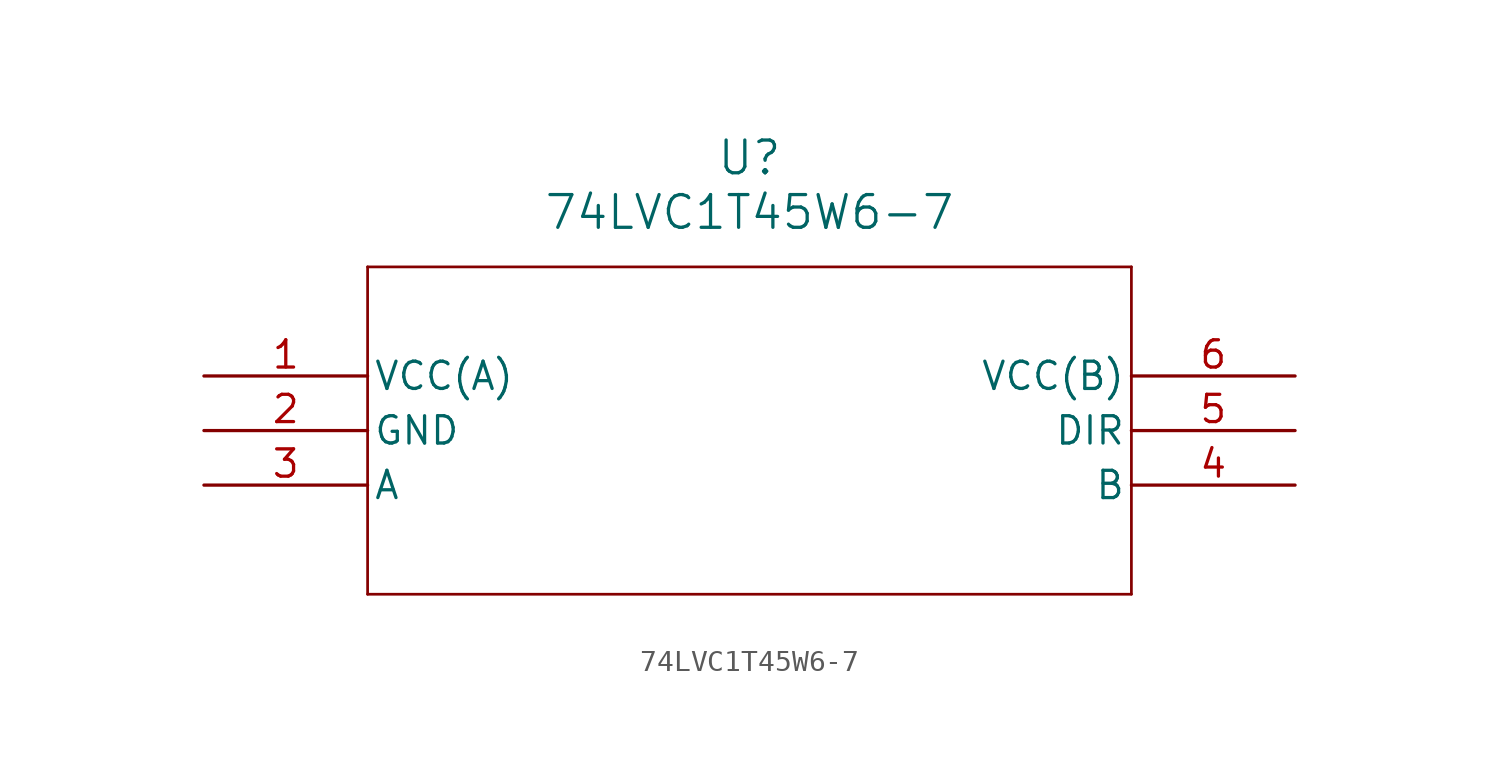
<source format=kicad_sym>
(kicad_symbol_lib
  (version 20211014)
  (generator kicad_symbol_editor)
  (symbol "74LVC1T45W6-7"
    (pin_names
      (offset 0.254))
    (property "Reference" "U"
      (at 25.4 10.16 0)
      (effects (font (size 1.524 1.524))))
    (property "Value" "74LVC1T45W6-7"
      (at 25.4 7.62 0)
      (effects (font (size 1.524 1.524))))
    (symbol "74LVC1T45W6-7_0_1"
      (polyline (pts (xy 7.62 5.08) (xy 7.62 -10.16)) (stroke (width 0.127) (type default) (color 0 0 0 0)) (fill (type none)))
      (polyline (pts (xy 7.62 -10.16) (xy 43.18 -10.16)) (stroke (width 0.127) (type default) (color 0 0 0 0)) (fill (type none)))
      (polyline (pts (xy 43.18 -10.16) (xy 43.18 5.08)) (stroke (width 0.127) (type default) (color 0 0 0 0)) (fill (type none)))
      (polyline (pts (xy 43.18 5.08) (xy 7.62 5.08)) (stroke (width 0.127) (type default) (color 0 0 0 0)) (fill (type none)))
      (pin power_in line (at 0 0 0) (length 7.62) (name "VCC(A)" (effects (font (size 1.27 1.27)))) (number "1" (effects (font (size 1.27 1.27)))))
      (pin power_out line (at 0 -2.54 0) (length 7.62) (name "GND" (effects (font (size 1.27 1.27)))) (number "2" (effects (font (size 1.27 1.27)))))
      (pin bidirectional line (at 0 -5.08 0) (length 7.62) (name "A" (effects (font (size 1.27 1.27)))) (number "3" (effects (font (size 1.27 1.27)))))
      (pin bidirectional line (at 50.8 -5.08 180) (length 7.62) (name "B" (effects (font (size 1.27 1.27)))) (number "4" (effects (font (size 1.27 1.27)))))
      (pin unspecified line (at 50.8 -2.54 180) (length 7.62) (name "DIR" (effects (font (size 1.27 1.27)))) (number "5" (effects (font (size 1.27 1.27)))))
      (pin power_in line (at 50.8 0 180) (length 7.62) (name "VCC(B)" (effects (font (size 1.27 1.27)))) (number "6" (effects (font (size 1.27 1.27))))))))
</source>
